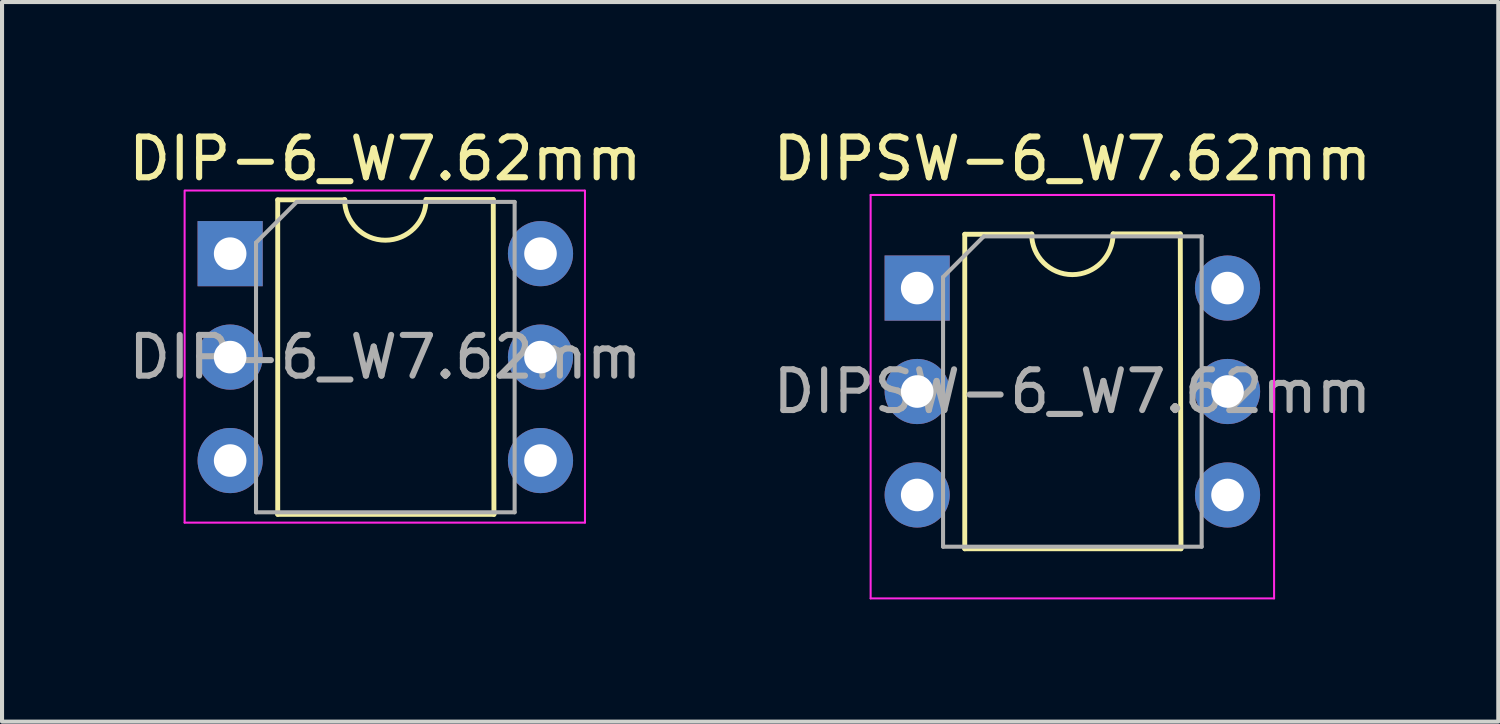
<source format=kicad_pcb>
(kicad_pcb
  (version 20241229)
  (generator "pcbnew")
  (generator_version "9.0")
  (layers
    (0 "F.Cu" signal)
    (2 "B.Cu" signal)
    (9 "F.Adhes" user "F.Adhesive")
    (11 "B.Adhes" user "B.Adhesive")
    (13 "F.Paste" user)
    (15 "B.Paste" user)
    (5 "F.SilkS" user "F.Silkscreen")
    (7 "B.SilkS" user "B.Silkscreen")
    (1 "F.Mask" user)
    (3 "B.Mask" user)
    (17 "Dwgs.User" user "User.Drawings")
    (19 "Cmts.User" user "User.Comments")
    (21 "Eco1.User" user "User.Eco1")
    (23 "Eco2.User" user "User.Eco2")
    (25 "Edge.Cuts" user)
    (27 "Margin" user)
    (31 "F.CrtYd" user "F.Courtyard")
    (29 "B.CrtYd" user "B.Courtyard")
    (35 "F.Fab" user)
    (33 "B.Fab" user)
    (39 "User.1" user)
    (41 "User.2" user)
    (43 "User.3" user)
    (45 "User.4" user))
  (footprint "DIP-6_W7.62mm"
    (layer "F.Cu")
    (at 2.601 3.178)
    (property "Reference" "DIP-6_W7.62mm" (at 3.81 -2.33 0) (layer "F.SilkS") (effects (font (size 1 1) (thickness 0.15))))
    (attr through_hole)
    (fp_line (start 1.168 -1.321) (end 1.168 6.401) (stroke (width 0.12) (type solid)) (layer "F.SilkS"))
    (fp_line (start 1.168 6.401) (end 6.477 6.401) (stroke (width 0.12) (type solid)) (layer "F.SilkS"))
    (fp_line (start 2.819 -1.321) (end 1.168 -1.321) (stroke (width 0.12) (type solid)) (layer "F.SilkS"))
    (fp_line (start 6.46 -1.33) (end 4.81 -1.33) (stroke (width 0.12) (type solid)) (layer "F.SilkS"))
    (fp_line (start 6.477 6.401) (end 6.46 -1.33) (stroke (width 0.12) (type solid)) (layer "F.SilkS"))
    (fp_arc (start 4.81 -1.33) (mid 3.81 -0.33) (end 2.81 -1.33) (stroke (width 0.12) (type solid)) (layer "F.SilkS"))
    (fp_line (start -1.118 -1.549) (end -1.118 6.604) (stroke (width 0.05) (type solid)) (layer "F.CrtYd"))
    (fp_line (start -1.118 6.604) (end 8.712 6.604) (stroke (width 0.05) (type solid)) (layer "F.CrtYd"))
    (fp_line (start 8.7 -1.55) (end -1.1 -1.55) (stroke (width 0.05) (type solid)) (layer "F.CrtYd"))
    (fp_line (start 8.712 6.604) (end 8.712 -1.549) (stroke (width 0.05) (type solid)) (layer "F.CrtYd"))
    (fp_line (start 0.635 -0.27) (end 1.635 -1.27) (stroke (width 0.1) (type solid)) (layer "F.Fab"))
    (fp_line (start 0.635 6.35) (end 0.635 -0.27) (stroke (width 0.1) (type solid)) (layer "F.Fab"))
    (fp_line (start 1.635 -1.27) (end 6.985 -1.27) (stroke (width 0.1) (type solid)) (layer "F.Fab"))
    (fp_line (start 6.985 -1.27) (end 6.985 6.35) (stroke (width 0.1) (type solid)) (layer "F.Fab"))
    (fp_line (start 6.985 6.35) (end 0.635 6.35) (stroke (width 0.1) (type solid)) (layer "F.Fab"))
    (fp_text user "${REFERENCE}" (at 3.81 2.54 0) (layer "F.Fab") (effects (font (size 1 1) (thickness 0.15))))
    (pad "1" thru_hole rect (at 0 0) (size 1.6 1.6) (drill 0.8) (layers "*.Cu" "*.Mask"))
    (pad "2" thru_hole oval (at 0 2.54) (size 1.6 1.6) (drill 0.8) (layers "*.Cu" "*.Mask"))
    (pad "3" thru_hole oval (at 0 5.08) (size 1.6 1.6) (drill 0.8) (layers "*.Cu" "*.Mask"))
    (pad "4" thru_hole oval (at 7.62 5.08) (size 1.6 1.6) (drill 0.8) (layers "*.Cu" "*.Mask"))
    (pad "5" thru_hole oval (at 7.62 2.54) (size 1.6 1.6) (drill 0.8) (layers "*.Cu" "*.Mask"))
    (pad "6" thru_hole oval (at 7.62 0) (size 1.6 1.6) (drill 0.8) (layers "*.Cu" "*.Mask")))
  (footprint "DIPSW-6_W7.62mm"
    (layer "F.Cu")
    (at 19.47 4.023)
    (property "Reference" "DIPSW-6_W7.62mm" (at 3.81 -3.175 0) (layer "F.SilkS") (effects (font (size 1 1) (thickness 0.15))))
    (attr through_hole)
    (fp_line (start 1.168 -1.321) (end 1.168 6.401) (stroke (width 0.12) (type solid)) (layer "F.SilkS"))
    (fp_line (start 1.168 6.401) (end 6.477 6.401) (stroke (width 0.12) (type solid)) (layer "F.SilkS"))
    (fp_line (start 2.819 -1.321) (end 1.168 -1.321) (stroke (width 0.12) (type solid)) (layer "F.SilkS"))
    (fp_line (start 6.46 -1.33) (end 4.81 -1.33) (stroke (width 0.12) (type solid)) (layer "F.SilkS"))
    (fp_line (start 6.477 6.401) (end 6.46 -1.33) (stroke (width 0.12) (type solid)) (layer "F.SilkS"))
    (fp_arc (start 4.81 -1.33) (mid 3.81 -0.33) (end 2.81 -1.33) (stroke (width 0.12) (type solid)) (layer "F.SilkS"))
    (fp_line (start -1.143 -2.286) (end -1.143 7.62) (stroke (width 0.05) (type solid)) (layer "F.CrtYd"))
    (fp_line (start -1.143 7.62) (end 8.763 7.62) (stroke (width 0.05) (type solid)) (layer "F.CrtYd"))
    (fp_line (start 8.738 -2.286) (end -1.143 -2.286) (stroke (width 0.05) (type solid)) (layer "F.CrtYd"))
    (fp_line (start 8.763 7.62) (end 8.763 -2.286) (stroke (width 0.05) (type solid)) (layer "F.CrtYd"))
    (fp_line (start 0.635 -0.27) (end 1.635 -1.27) (stroke (width 0.1) (type solid)) (layer "F.Fab"))
    (fp_line (start 0.635 6.35) (end 0.635 -0.27) (stroke (width 0.1) (type solid)) (layer "F.Fab"))
    (fp_line (start 1.635 -1.27) (end 6.985 -1.27) (stroke (width 0.1) (type solid)) (layer "F.Fab"))
    (fp_line (start 6.985 -1.27) (end 6.985 6.35) (stroke (width 0.1) (type solid)) (layer "F.Fab"))
    (fp_line (start 6.985 6.35) (end 0.635 6.35) (stroke (width 0.1) (type solid)) (layer "F.Fab"))
    (fp_text user "${REFERENCE}" (at 3.81 2.54 0) (layer "F.Fab") (effects (font (size 1 1) (thickness 0.15))))
    (pad "1" thru_hole rect (at 0 0) (size 1.6 1.6) (drill 0.8) (layers "*.Cu" "*.Mask"))
    (pad "2" thru_hole oval (at 0 2.54) (size 1.6 1.6) (drill 0.8) (layers "*.Cu" "*.Mask"))
    (pad "3" thru_hole oval (at 0 5.08) (size 1.6 1.6) (drill 0.8) (layers "*.Cu" "*.Mask"))
    (pad "4" thru_hole oval (at 7.62 5.08) (size 1.6 1.6) (drill 0.8) (layers "*.Cu" "*.Mask"))
    (pad "5" thru_hole oval (at 7.62 2.54) (size 1.6 1.6) (drill 0.8) (layers "*.Cu" "*.Mask"))
    (pad "6" thru_hole oval (at 7.62 0) (size 1.6 1.6) (drill 0.8) (layers "*.Cu" "*.Mask")))
  (gr_rect
    (start -3 -3)
    (end 33.738 14.668)
    (stroke (width 0.1) (type default))
    (fill no)
    (layer "Edge.Cuts")))
</source>
